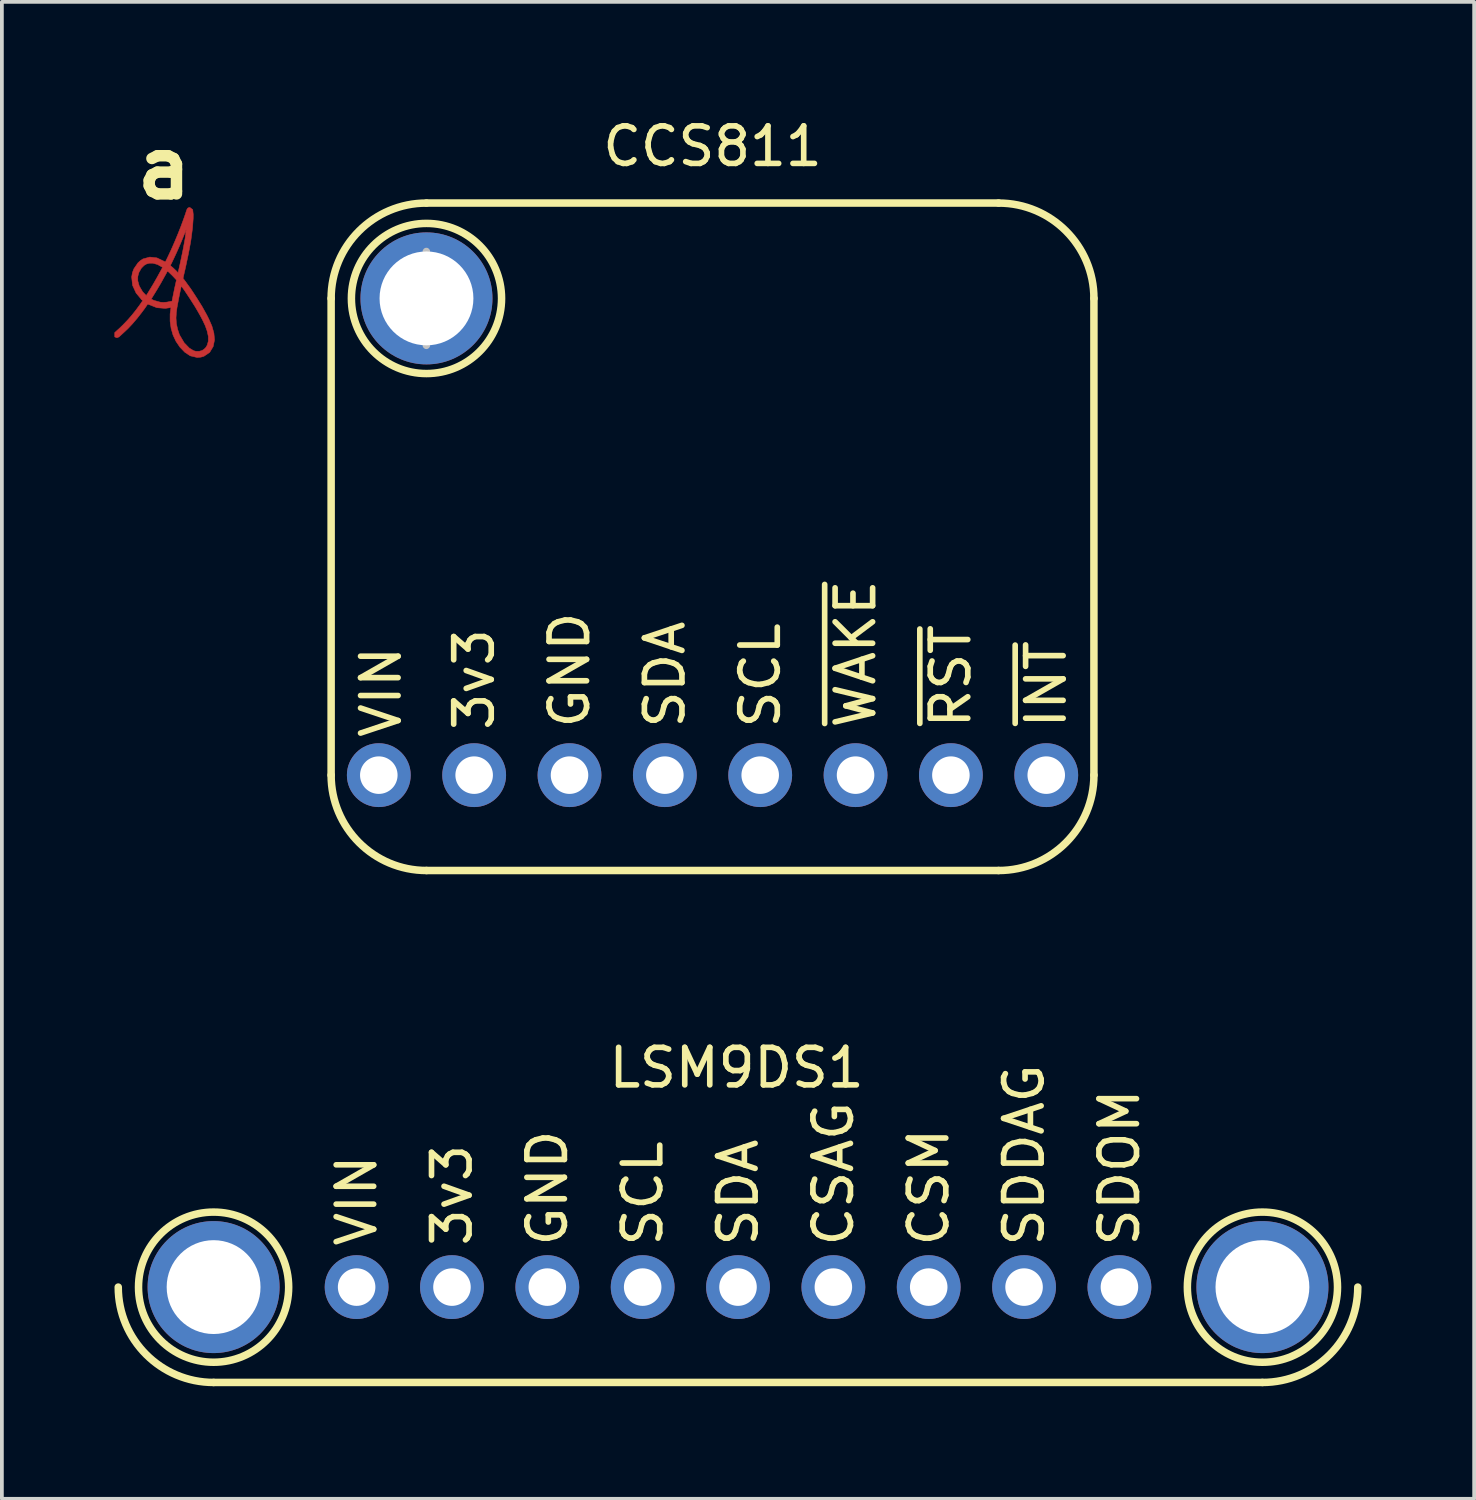
<source format=kicad_pcb>
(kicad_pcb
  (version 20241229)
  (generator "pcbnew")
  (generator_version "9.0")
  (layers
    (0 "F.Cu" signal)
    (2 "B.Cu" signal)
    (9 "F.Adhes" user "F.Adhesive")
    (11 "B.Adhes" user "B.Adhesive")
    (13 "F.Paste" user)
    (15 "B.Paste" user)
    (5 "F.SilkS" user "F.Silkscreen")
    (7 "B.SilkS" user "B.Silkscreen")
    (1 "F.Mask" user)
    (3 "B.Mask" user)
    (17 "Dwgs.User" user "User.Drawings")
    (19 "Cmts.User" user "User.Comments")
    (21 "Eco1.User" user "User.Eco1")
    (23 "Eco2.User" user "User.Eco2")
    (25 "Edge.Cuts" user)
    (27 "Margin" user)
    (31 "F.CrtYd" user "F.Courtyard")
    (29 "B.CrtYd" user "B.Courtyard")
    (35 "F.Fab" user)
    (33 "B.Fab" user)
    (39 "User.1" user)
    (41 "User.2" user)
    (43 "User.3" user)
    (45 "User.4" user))
  (footprint "CCS811"
    (layer "F.Cu")
    (at 15.931 11.648)
    (property "Reference" "CCS811" (at 0 -10.8 0) (layer "F.SilkS") (effects (font (size 1 1) (thickness 0.15))))
    (attr through_hole)
    (fp_line (start -10.16 -6.749) (end -10.16 5.951) (stroke (width 0.2) (type solid)) (layer "F.SilkS"))
    (fp_line (start -7.62 -9.289) (end 7.62 -9.289) (stroke (width 0.2) (type solid)) (layer "F.SilkS"))
    (fp_line (start -7.62 8.491) (end 7.62 8.491) (stroke (width 0.2) (type solid)) (layer "F.SilkS"))
    (fp_line (start 10.16 5.951) (end 10.16 -6.749) (stroke (width 0.2) (type solid)) (layer "F.SilkS"))
    (fp_arc (start -10.159998 -6.748527) (mid -9.41605 -8.544578) (end -7.619999 -9.288526) (stroke (width 0.2) (type solid)) (layer "F.SilkS"))
    (fp_arc (start -7.619999 8.491473) (mid -9.41605 7.747524) (end -10.159999 5.951473) (stroke (width 0.2) (type solid)) (layer "F.SilkS"))
    (fp_arc (start -5.620003 -6.745036) (mid -9.619993 -6.745446) (end -5.620004 -6.748527) (stroke (width 0.2) (type solid)) (layer "F.SilkS"))
    (fp_arc (start 7.62 -9.288528) (mid 9.416052 -8.544579) (end 10.160001 -6.748527) (stroke (width 0.2) (type solid)) (layer "F.SilkS"))
    (fp_arc (start 10.16 5.951473) (mid 9.416051 7.747524) (end 7.62 8.491473) (stroke (width 0.2) (type solid)) (layer "F.SilkS"))
    (fp_line (start -7.623 -7.998) (end -7.623 -7.998) (stroke (width 0.2) (type solid)) (layer "Dwgs.User"))
    (fp_line (start -7.623 -5.499) (end -7.623 -5.499) (stroke (width 0.2) (type solid)) (layer "Dwgs.User"))
    (fp_text user "SDA" (at -1.27 4.774 90) (layer "F.SilkS") (effects (font (size 1 1) (thickness 0.15)) (justify left)))
    (fp_text user "GND" (at -3.81 4.774 90) (layer "F.SilkS") (effects (font (size 1 1) (thickness 0.15)) (justify left)))
    (fp_text user "~{INT}" (at 8.885 4.771 90) (layer "F.SilkS") (effects (font (size 1 1) (thickness 0.15)) (justify left)))
    (fp_text user "3v3" (at -6.35 4.834 90) (layer "F.SilkS") (effects (font (size 1 1) (thickness 0.15)) (justify left)))
    (fp_text user "VIN" (at -8.831 5.024 90) (layer "F.SilkS") (effects (font (size 1 1) (thickness 0.15)) (justify left)))
    (fp_text user "SCL" (at 1.27 4.774 90) (layer "F.SilkS") (effects (font (size 1 1) (thickness 0.15)) (justify left)))
    (fp_text user "~{RST}" (at 6.345 4.771 90) (layer "F.SilkS") (effects (font (size 1 1) (thickness 0.15)) (justify left)))
    (fp_text user "~{WAKE}" (at 3.81 4.774 90) (layer "F.SilkS") (effects (font (size 1 1) (thickness 0.15)) (justify left)))
    (pad "1" thru_hole oval (at -8.89 5.951 90) (size 1.7 1.7) (drill 1) (layers "*.Cu" "*.Mask"))
    (pad "2" thru_hole oval (at -6.35 5.951 90) (size 1.7 1.7) (drill 1) (layers "*.Cu" "*.Mask"))
    (pad "3" thru_hole oval (at -7.62 -6.749 90) (size 3.516 3.516) (drill 2.5) (layers "*.Cu" "*.Mask"))
    (pad "3" thru_hole oval (at -3.81 5.951 90) (size 1.7 1.7) (drill 1) (layers "*.Cu" "*.Mask"))
    (pad "4" thru_hole oval (at -1.27 5.951 90) (size 1.7 1.7) (drill 1) (layers "*.Cu" "*.Mask"))
    (pad "5" thru_hole oval (at 1.27 5.951 90) (size 1.7 1.7) (drill 1) (layers "*.Cu" "*.Mask"))
    (pad "6" thru_hole oval (at 3.81 5.951 90) (size 1.7 1.7) (drill 1) (layers "*.Cu" "*.Mask"))
    (pad "7" thru_hole oval (at 6.35 5.951 90) (size 1.7 1.7) (drill 1) (layers "*.Cu" "*.Mask"))
    (pad "8" thru_hole oval (at 8.89 5.951 90) (size 1.7 1.7) (drill 1) (layers "*.Cu" "*.Mask")))
  (footprint "a"
    (layer "F.Cu")
    (at 1.324 4.474)
    (property "Reference" "a" (at 0 -3.048 0) (layer "F.SilkS") (effects (font (size 1.524 1.524) (thickness 0.305))))
    (attr exclude_from_pos_files exclude_from_bom)
    (fp_poly (pts (xy 0.682 -1.999) (xy 0.192 -0.505) (xy 0.163 -0.45) (xy 0.163 -0.45) (xy -0.347 0.442) (xy -0.275 0.478) (xy -0.103 0.526) (xy -0.016 0.531) (xy 0.071 0.524) (xy 0.209 0.497) (xy 0.223 0.42) (xy 0.275 0.164) (xy 0.326 -0.065) (xy 0.31 -0.084) (xy 0.262 -0.135) (xy 0.22 -0.18) (xy 0.17 -0.228) (xy 0.126 -0.271) (xy 0.087 -0.303) (xy 0.051 -0.233) (xy 0.005 -0.151) (xy -0.087 0.015) (xy -0.205 0.214) (xy -0.332 0.42) (xy -0.347 0.442) (xy -0.347 0.442) (xy 0.163 -0.45) (xy 0.193 -0.425) (xy 0.241 -0.385) (xy 0.291 -0.337) (xy 0.335 -0.294) (xy 0.369 -0.258) (xy 0.411 -0.443) (xy 0.451 -0.628) (xy 0.502 -0.874) (xy 0.529 -1.02) (xy 0.556 -1.167) (xy 0.585 -1.396) (xy 0.587 -1.408) (xy 0.52 -1.243) (xy 0.469 -1.118) (xy 0.416 -0.993) (xy 0.363 -0.871) (xy 0.308 -0.75) (xy 0.232 -0.588) (xy 0.192 -0.505) (xy 0.682 -1.999) (xy 0.76 -1.94) (xy 0.364 0.549) (xy 0.341 0.674) (xy 0.341 0.674) (xy 0.324 0.8) (xy 0.315 0.946) (xy 0.324 1.084) (xy 0.323 1.078) (xy 0.324 1.084) (xy 0.315 0.946) (xy 0.325 1.095) (xy 0.357 1.246) (xy 0.406 1.393) (xy 0.532 1.607) (xy 0.671 1.75) (xy 0.786 1.819) (xy 0.848 1.835) (xy 0.929 1.835) (xy 1.006 1.814) (xy 1.058 1.783) (xy 1.109 1.733) (xy 1.146 1.67) (xy 1.176 1.562) (xy 1.175 1.434) (xy 1.143 1.291) (xy 1.094 1.153) (xy 1.064 1.089) (xy 1.033 1.023) (xy 0.963 0.889) (xy 0.894 0.767) (xy 0.825 0.649) (xy 0.69 0.437) (xy 0.551 0.227) (xy 0.47 0.113) (xy 0.456 0.095) (xy 0.418 0.273) (xy 0.39 0.411) (xy 0.364 0.549) (xy 0.76 -1.94) (xy 0.774 -1.813) (xy 0.773 -1.705) (xy 0.756 -1.464) (xy 0.734 -1.293) (xy 0.715 -1.149) (xy 0.697 -1.039) (xy 0.649 -0.779) (xy 0.616 -0.626) (xy 0.584 -0.472) (xy 0.554 -0.336) (xy 0.522 -0.2) (xy 0.502 -0.108) (xy 0.525 -0.08) (xy 0.562 -0.031) (xy 0.71 0.173) (xy 0.792 0.297) (xy 0.872 0.421) (xy 1.007 0.637) (xy 1.131 0.86) (xy 1.188 0.973) (xy 1.271 1.162) (xy 1.324 1.349) (xy 1.341 1.529) (xy 1.305 1.707) (xy 1.212 1.862) (xy 1.058 1.967) (xy 0.978 1.99) (xy 0.882 2) (xy 0.694 1.955) (xy 0.551 1.861) (xy 0.419 1.724) (xy 0.315 1.571) (xy 0.236 1.403) (xy 0.184 1.225) (xy 0.157 1.033) (xy 0.157 0.84) (xy 0.18 0.669) (xy 0.027 0.691) (xy -0.195 0.673) (xy -0.439 0.576) (xy -0.443 0.295) (xy -0.366 0.167) (xy -0.289 0.04) (xy -0.199 -0.117) (xy -0.077 -0.339) (xy -0.044 -0.402) (xy -0.177 -0.478) (xy -0.3 -0.512) (xy -0.3 -0.512) (xy -0.397 -0.512) (xy -0.473 -0.491) (xy -0.533 -0.456) (xy -0.607 -0.382) (xy -0.672 -0.269) (xy -0.703 -0.159) (xy -0.703 -0.042) (xy -0.664 0.096) (xy -0.574 0.249) (xy -0.479 0.349) (xy -0.472 0.338) (xy -0.443 0.295) (xy -0.439 0.576) (xy -0.515 0.687) (xy -0.601 0.803) (xy -0.72 0.955) (xy -0.85 1.107) (xy -0.913 1.174) (xy -0.966 1.23) (xy -1.084 1.341) (xy -1.203 1.45) (xy -1.26 1.474) (xy -1.318 1.45) (xy -1.318 1.336) (xy -1.207 1.235) (xy -1.099 1.132) (xy -0.955 0.981) (xy -0.857 0.867) (xy -0.763 0.75) (xy -0.645 0.59) (xy -0.572 0.484) (xy -0.603 0.456) (xy -0.749 0.281) (xy -0.843 0.076) (xy -0.867 -0.146) (xy -0.845 -0.267) (xy -0.806 -0.366) (xy -0.699 -0.522) (xy -0.638 -0.578) (xy -0.566 -0.626) (xy -0.384 -0.676) (xy -0.195 -0.655) (xy 0.031 -0.547) (xy 0.056 -0.596) (xy 0.117 -0.723) (xy 0.177 -0.851) (xy 0.229 -0.968) (xy 0.281 -1.087) (xy 0.365 -1.29) (xy 0.446 -1.494) (xy 0.529 -1.721) (xy 0.564 -1.821) (xy 0.582 -1.877) (xy 0.603 -1.94) (xy 0.624 -1.976) (xy 0.641 -1.988) (xy 0.682 -1.999) (xy 0.682 -1.999)) (stroke (width 0.013) (type solid)) (fill yes) (layer "F.Cu")))
  (footprint "LSM9DS1"
    (layer "F.Cu")
    (at 16.61 23.49)
    (property "Reference" "LSM9DS1" (at -0.038 1.905 0) (layer "F.SilkS") (effects (font (size 1 1) (thickness 0.15))))
    (attr through_hole)
    (fp_line (start -13.97 10.287) (end 13.97 10.287) (stroke (width 0.2) (type solid)) (layer "F.SilkS"))
    (fp_arc (start -13.969999 10.287) (mid -15.76605 9.543051) (end -16.509999 7.747) (stroke (width 0.2) (type solid)) (layer "F.SilkS"))
    (fp_arc (start -11.970003 7.750491) (mid -15.969993 7.750081) (end -11.970004 7.747) (stroke (width 0.2) (type solid)) (layer "F.SilkS"))
    (fp_arc (start 15.969998 7.750491) (mid 11.970006 7.750081) (end 15.969997 7.747) (stroke (width 0.2) (type solid)) (layer "F.SilkS"))
    (fp_arc (start 16.510001 7.747) (mid 15.766052 9.543051) (end 13.970001 10.287) (stroke (width 0.2) (type solid)) (layer "F.SilkS"))
    (fp_text user "GND" (at -5.08 6.731 90) (layer "F.SilkS") (effects (font (size 1 1) (thickness 0.15)) (justify left)))
    (fp_text user "3v3" (at -7.62 6.731 90) (layer "F.SilkS") (effects (font (size 1 1) (thickness 0.15)) (justify left)))
    (fp_text user "SCL" (at -2.54 6.731 90) (layer "F.SilkS") (effects (font (size 1 1) (thickness 0.15)) (justify left)))
    (fp_text user "SDA" (at 0 6.731 90) (layer "F.SilkS") (effects (font (size 1 1) (thickness 0.15)) (justify left)))
    (fp_text user "SDOM" (at 10.16 6.731 90) (layer "F.SilkS") (effects (font (size 1 1) (thickness 0.15)) (justify left)))
    (fp_text user "CSM" (at 5.08 6.731 90) (layer "F.SilkS") (effects (font (size 1 1) (thickness 0.15)) (justify left)))
    (fp_text user "VIN" (at -10.16 6.731 90) (layer "F.SilkS") (effects (font (size 1 1) (thickness 0.15)) (justify left)))
    (fp_text user "SDDAG" (at 7.62 6.731 90) (layer "F.SilkS") (effects (font (size 1 1) (thickness 0.15)) (justify left)))
    (fp_text user "CSAG" (at 2.54 6.731 90) (layer "F.SilkS") (effects (font (size 1 1) (thickness 0.15)) (justify left)))
    (pad "1" thru_hole oval (at -10.16 7.747 90) (size 1.7 1.7) (drill 1) (layers "*.Cu" "*.Mask"))
    (pad "2" thru_hole oval (at -7.62 7.747 90) (size 1.7 1.7) (drill 1) (layers "*.Cu" "*.Mask"))
    (pad "3" thru_hole oval (at -13.97 7.747 90) (size 3.516 3.516) (drill 2.5) (layers "*.Cu" "*.Mask"))
    (pad "3" thru_hole oval (at -5.08 7.747 90) (size 1.7 1.7) (drill 1) (layers "*.Cu" "*.Mask"))
    (pad "3" thru_hole oval (at 13.97 7.747 90) (size 3.516 3.516) (drill 2.5) (layers "*.Cu" "*.Mask"))
    (pad "4" thru_hole oval (at -2.54 7.747 90) (size 1.7 1.7) (drill 1) (layers "*.Cu" "*.Mask"))
    (pad "5" thru_hole oval (at 0 7.747 90) (size 1.7 1.7) (drill 1) (layers "*.Cu" "*.Mask"))
    (pad "6" thru_hole oval (at 2.54 7.747 90) (size 1.7 1.7) (drill 1) (layers "*.Cu" "*.Mask"))
    (pad "7" thru_hole oval (at 5.08 7.747 90) (size 1.7 1.7) (drill 1) (layers "*.Cu" "*.Mask"))
    (pad "8" thru_hole oval (at 7.62 7.747 90) (size 1.7 1.7) (drill 1) (layers "*.Cu" "*.Mask"))
    (pad "9" thru_hole oval (at 10.16 7.747 90) (size 1.7 1.7) (drill 1) (layers "*.Cu" "*.Mask")))
  (gr_rect
    (start -3 -3)
    (end 36.22 36.877)
    (stroke (width 0.1) (type default))
    (fill no)
    (layer "Edge.Cuts")))
</source>
